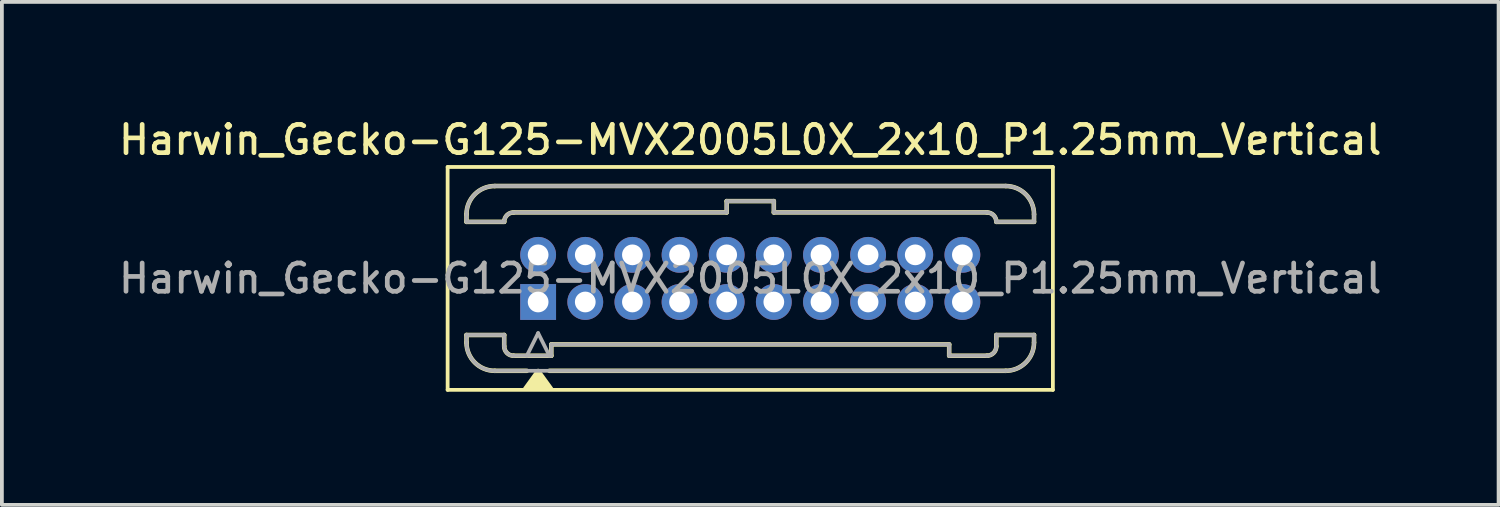
<source format=kicad_pcb>
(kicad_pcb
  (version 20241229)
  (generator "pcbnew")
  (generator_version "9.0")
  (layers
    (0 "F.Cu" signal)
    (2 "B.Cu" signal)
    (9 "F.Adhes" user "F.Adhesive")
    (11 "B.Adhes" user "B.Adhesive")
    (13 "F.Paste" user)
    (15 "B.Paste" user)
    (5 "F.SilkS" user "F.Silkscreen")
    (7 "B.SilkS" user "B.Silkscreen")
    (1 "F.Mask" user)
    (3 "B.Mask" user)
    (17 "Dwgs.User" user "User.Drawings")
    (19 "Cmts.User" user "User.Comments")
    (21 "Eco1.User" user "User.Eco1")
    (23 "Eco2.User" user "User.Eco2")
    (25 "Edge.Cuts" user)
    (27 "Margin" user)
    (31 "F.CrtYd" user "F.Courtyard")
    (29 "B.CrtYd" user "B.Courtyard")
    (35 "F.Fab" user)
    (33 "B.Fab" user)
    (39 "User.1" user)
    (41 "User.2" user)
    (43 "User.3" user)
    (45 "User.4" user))
  (footprint "Harwin_Gecko-G125-MVX2005L0X_2x10_P1.25mm_Vertical"
    (layer "F.Cu")
    (at 11.22 4.958)
    (property "Reference" "Harwin_Gecko-G125-MVX2005L0X_2x10_P1.25mm_Vertical" (at 5.625 -4.3 0) (layer "F.SilkS") (effects (font (size 0.75 0.75) (thickness 0.125))))
    (attr through_hole)
    (fp_line (start -2.4 -3.58) (end -2.4 2.33) (stroke (width 0.1) (type solid)) (layer "F.SilkS"))
    (fp_line (start -2.4 2.33) (end 13.65 2.33) (stroke (width 0.1) (type solid)) (layer "F.SilkS"))
    (fp_line (start -1.9 -2.325) (end -1.9 -2.125) (stroke (width 0.12) (type solid)) (layer "F.SilkS"))
    (fp_line (start -1.9 -2.125) (end -0.9 -2.125) (stroke (width 0.12) (type solid)) (layer "F.SilkS"))
    (fp_line (start -1.9 0.875) (end -0.9 0.875) (stroke (width 0.12) (type solid)) (layer "F.SilkS"))
    (fp_line (start -1.9 1.075) (end -1.9 0.875) (stroke (width 0.12) (type solid)) (layer "F.SilkS"))
    (fp_line (start -1.15 -3.075) (end 12.4 -3.075) (stroke (width 0.12) (type solid)) (layer "F.SilkS"))
    (fp_line (start -1.15 1.825) (end -0.3 1.825) (stroke (width 0.12) (type solid)) (layer "F.SilkS"))
    (fp_line (start -0.9 1.175) (end -0.9 0.875) (stroke (width 0.12) (type solid)) (layer "F.SilkS"))
    (fp_line (start -0.65 -2.375) (end 5 -2.375) (stroke (width 0.12) (type solid)) (layer "F.SilkS"))
    (fp_line (start -0.65 1.425) (end 0.35 1.425) (stroke (width 0.12) (type solid)) (layer "F.SilkS"))
    (fp_line (start 0.3 1.825) (end 12.4 1.825) (stroke (width 0.12) (type solid)) (layer "F.SilkS"))
    (fp_line (start 0.35 1.125) (end 10.9 1.125) (stroke (width 0.12) (type solid)) (layer "F.SilkS"))
    (fp_line (start 0.35 1.425) (end 0.35 1.125) (stroke (width 0.12) (type solid)) (layer "F.SilkS"))
    (fp_line (start 5 -2.675) (end 6.25 -2.675) (stroke (width 0.12) (type solid)) (layer "F.SilkS"))
    (fp_line (start 5 -2.375) (end 5 -2.675) (stroke (width 0.12) (type solid)) (layer "F.SilkS"))
    (fp_line (start 6.25 -2.675) (end 6.25 -2.375) (stroke (width 0.12) (type solid)) (layer "F.SilkS"))
    (fp_line (start 6.25 -2.375) (end 11.9 -2.375) (stroke (width 0.12) (type solid)) (layer "F.SilkS"))
    (fp_line (start 10.9 1.125) (end 10.9 1.425) (stroke (width 0.12) (type solid)) (layer "F.SilkS"))
    (fp_line (start 10.9 1.425) (end 11.9 1.425) (stroke (width 0.12) (type solid)) (layer "F.SilkS"))
    (fp_line (start 12.15 1.175) (end 12.15 0.875) (stroke (width 0.12) (type solid)) (layer "F.SilkS"))
    (fp_line (start 13.15 -2.325) (end 13.15 -2.125) (stroke (width 0.12) (type solid)) (layer "F.SilkS"))
    (fp_line (start 13.15 -2.125) (end 12.15 -2.125) (stroke (width 0.12) (type solid)) (layer "F.SilkS"))
    (fp_line (start 13.15 0.875) (end 12.15 0.875) (stroke (width 0.12) (type solid)) (layer "F.SilkS"))
    (fp_line (start 13.15 1.075) (end 13.15 0.875) (stroke (width 0.12) (type solid)) (layer "F.SilkS"))
    (fp_line (start 13.65 -3.58) (end -2.4 -3.58) (stroke (width 0.1) (type solid)) (layer "F.SilkS"))
    (fp_line (start 13.65 -3.58) (end 13.65 2.33) (stroke (width 0.1) (type solid)) (layer "F.SilkS"))
    (fp_arc (start -1.9 -2.325) (mid -1.68033 -2.85533) (end -1.15 -3.075) (stroke (width 0.12) (type solid)) (layer "F.SilkS"))
    (fp_arc (start -1.15 1.825) (mid -1.68033 1.60533) (end -1.9 1.075) (stroke (width 0.12) (type solid)) (layer "F.SilkS"))
    (fp_arc (start -0.9 -2.125) (mid -0.826777 -2.301777) (end -0.65 -2.375) (stroke (width 0.12) (type solid)) (layer "F.SilkS"))
    (fp_arc (start -0.65 1.425) (mid -0.826777 1.351777) (end -0.9 1.175) (stroke (width 0.12) (type solid)) (layer "F.SilkS"))
    (fp_arc (start 11.9 -2.375) (mid 12.076777 -2.301777) (end 12.15 -2.125) (stroke (width 0.12) (type solid)) (layer "F.SilkS"))
    (fp_arc (start 12.15 1.175) (mid 12.076777 1.351777) (end 11.9 1.425) (stroke (width 0.12) (type solid)) (layer "F.SilkS"))
    (fp_arc (start 12.4 -3.075) (mid 12.93033 -2.85533) (end 13.15 -2.325) (stroke (width 0.12) (type solid)) (layer "F.SilkS"))
    (fp_arc (start 13.15 1.075) (mid 12.93033 1.60533) (end 12.4 1.825) (stroke (width 0.12) (type solid)) (layer "F.SilkS"))
    (fp_poly (pts (xy 0 1.83) (xy -0.34 2.3) (xy 0.34 2.3) (xy 0 1.83)) (stroke (width 0.12) (type solid)) (fill yes) (layer "F.SilkS"))
    (fp_line (start -1.9 -2.325) (end -1.9 -2.125) (stroke (width 0.1) (type solid)) (layer "F.Fab"))
    (fp_line (start -1.9 -2.125) (end -0.9 -2.125) (stroke (width 0.1) (type solid)) (layer "F.Fab"))
    (fp_line (start -1.9 0.875) (end -0.9 0.875) (stroke (width 0.1) (type solid)) (layer "F.Fab"))
    (fp_line (start -1.9 1.075) (end -1.9 0.875) (stroke (width 0.1) (type solid)) (layer "F.Fab"))
    (fp_line (start -1.15 -3.075) (end 12.4 -3.075) (stroke (width 0.1) (type solid)) (layer "F.Fab"))
    (fp_line (start -1.15 1.825) (end 12.4 1.825) (stroke (width 0.1) (type solid)) (layer "F.Fab"))
    (fp_line (start -0.9 1.175) (end -0.9 0.875) (stroke (width 0.1) (type solid)) (layer "F.Fab"))
    (fp_line (start -0.65 -2.375) (end 5 -2.375) (stroke (width 0.1) (type solid)) (layer "F.Fab"))
    (fp_line (start -0.65 1.425) (end 0.35 1.425) (stroke (width 0.1) (type solid)) (layer "F.Fab"))
    (fp_line (start 0 0.825) (end -0.3 1.425) (stroke (width 0.1) (type solid)) (layer "F.Fab"))
    (fp_line (start 0.3 1.425) (end 0 0.825) (stroke (width 0.1) (type solid)) (layer "F.Fab"))
    (fp_line (start 0.35 1.125) (end 10.9 1.125) (stroke (width 0.1) (type solid)) (layer "F.Fab"))
    (fp_line (start 0.35 1.425) (end 0.35 1.125) (stroke (width 0.1) (type solid)) (layer "F.Fab"))
    (fp_line (start 5 -2.675) (end 6.25 -2.675) (stroke (width 0.1) (type solid)) (layer "F.Fab"))
    (fp_line (start 5 -2.375) (end 5 -2.675) (stroke (width 0.1) (type solid)) (layer "F.Fab"))
    (fp_line (start 6.25 -2.675) (end 6.25 -2.375) (stroke (width 0.1) (type solid)) (layer "F.Fab"))
    (fp_line (start 6.25 -2.375) (end 11.9 -2.375) (stroke (width 0.1) (type solid)) (layer "F.Fab"))
    (fp_line (start 10.9 1.125) (end 10.9 1.425) (stroke (width 0.1) (type solid)) (layer "F.Fab"))
    (fp_line (start 10.9 1.425) (end 11.9 1.425) (stroke (width 0.1) (type solid)) (layer "F.Fab"))
    (fp_line (start 12.15 1.175) (end 12.15 0.875) (stroke (width 0.1) (type solid)) (layer "F.Fab"))
    (fp_line (start 13.15 -2.325) (end 13.15 -2.125) (stroke (width 0.1) (type solid)) (layer "F.Fab"))
    (fp_line (start 13.15 -2.125) (end 12.15 -2.125) (stroke (width 0.1) (type solid)) (layer "F.Fab"))
    (fp_line (start 13.15 0.875) (end 12.15 0.875) (stroke (width 0.1) (type solid)) (layer "F.Fab"))
    (fp_line (start 13.15 1.075) (end 13.15 0.875) (stroke (width 0.1) (type solid)) (layer "F.Fab"))
    (fp_arc (start -1.9 -2.325) (mid -1.68033 -2.85533) (end -1.15 -3.075) (stroke (width 0.1) (type solid)) (layer "F.Fab"))
    (fp_arc (start -1.15 1.825) (mid -1.68033 1.60533) (end -1.9 1.075) (stroke (width 0.1) (type solid)) (layer "F.Fab"))
    (fp_arc (start -0.9 -2.125) (mid -0.826777 -2.301777) (end -0.65 -2.375) (stroke (width 0.1) (type solid)) (layer "F.Fab"))
    (fp_arc (start -0.65 1.425) (mid -0.826777 1.351777) (end -0.9 1.175) (stroke (width 0.1) (type solid)) (layer "F.Fab"))
    (fp_arc (start 11.9 -2.375) (mid 12.076777 -2.301777) (end 12.15 -2.125) (stroke (width 0.1) (type solid)) (layer "F.Fab"))
    (fp_arc (start 12.15 1.175) (mid 12.076777 1.351777) (end 11.9 1.425) (stroke (width 0.1) (type solid)) (layer "F.Fab"))
    (fp_arc (start 12.4 -3.075) (mid 12.93033 -2.85533) (end 13.15 -2.325) (stroke (width 0.1) (type solid)) (layer "F.Fab"))
    (fp_arc (start 13.15 1.075) (mid 12.93033 1.60533) (end 12.4 1.825) (stroke (width 0.1) (type solid)) (layer "F.Fab"))
    (fp_text user "${REFERENCE}" (at 5.625 -0.625 0) (layer "F.Fab") (effects (font (size 0.75 0.75) (thickness 0.125))))
    (pad "1" thru_hole rect (at 0 0) (size 0.95 0.95) (drill 0.55) (layers "*.Cu" "*.Mask"))
    (pad "2" thru_hole circle (at 1.25 0) (size 0.95 0.95) (drill 0.55) (layers "*.Cu" "*.Mask"))
    (pad "3" thru_hole circle (at 2.5 0) (size 0.95 0.95) (drill 0.55) (layers "*.Cu" "*.Mask"))
    (pad "4" thru_hole circle (at 3.75 0) (size 0.95 0.95) (drill 0.55) (layers "*.Cu" "*.Mask"))
    (pad "5" thru_hole circle (at 5 0) (size 0.95 0.95) (drill 0.55) (layers "*.Cu" "*.Mask"))
    (pad "6" thru_hole circle (at 6.25 0) (size 0.95 0.95) (drill 0.55) (layers "*.Cu" "*.Mask"))
    (pad "7" thru_hole circle (at 7.5 0) (size 0.95 0.95) (drill 0.55) (layers "*.Cu" "*.Mask"))
    (pad "8" thru_hole circle (at 8.75 0) (size 0.95 0.95) (drill 0.55) (layers "*.Cu" "*.Mask"))
    (pad "9" thru_hole circle (at 10 0) (size 0.95 0.95) (drill 0.55) (layers "*.Cu" "*.Mask"))
    (pad "10" thru_hole circle (at 11.25 0) (size 0.95 0.95) (drill 0.55) (layers "*.Cu" "*.Mask"))
    (pad "11" thru_hole circle (at 0 -1.25) (size 0.95 0.95) (drill 0.55) (layers "*.Cu" "*.Mask"))
    (pad "12" thru_hole circle (at 1.25 -1.25) (size 0.95 0.95) (drill 0.55) (layers "*.Cu" "*.Mask"))
    (pad "13" thru_hole circle (at 2.5 -1.25) (size 0.95 0.95) (drill 0.55) (layers "*.Cu" "*.Mask"))
    (pad "14" thru_hole circle (at 3.75 -1.25) (size 0.95 0.95) (drill 0.55) (layers "*.Cu" "*.Mask"))
    (pad "15" thru_hole circle (at 5 -1.25) (size 0.95 0.95) (drill 0.55) (layers "*.Cu" "*.Mask"))
    (pad "16" thru_hole circle (at 6.25 -1.25) (size 0.95 0.95) (drill 0.55) (layers "*.Cu" "*.Mask"))
    (pad "17" thru_hole circle (at 7.5 -1.25) (size 0.95 0.95) (drill 0.55) (layers "*.Cu" "*.Mask"))
    (pad "18" thru_hole circle (at 8.75 -1.25) (size 0.95 0.95) (drill 0.55) (layers "*.Cu" "*.Mask"))
    (pad "19" thru_hole circle (at 10 -1.25) (size 0.95 0.95) (drill 0.55) (layers "*.Cu" "*.Mask"))
    (pad "20" thru_hole circle (at 11.25 -1.25) (size 0.95 0.95) (drill 0.55) (layers "*.Cu" "*.Mask")))
  (gr_rect
    (start -3 -3)
    (end 36.689 10.338)
    (stroke (width 0.1) (type default))
    (fill no)
    (layer "Edge.Cuts")))
</source>
